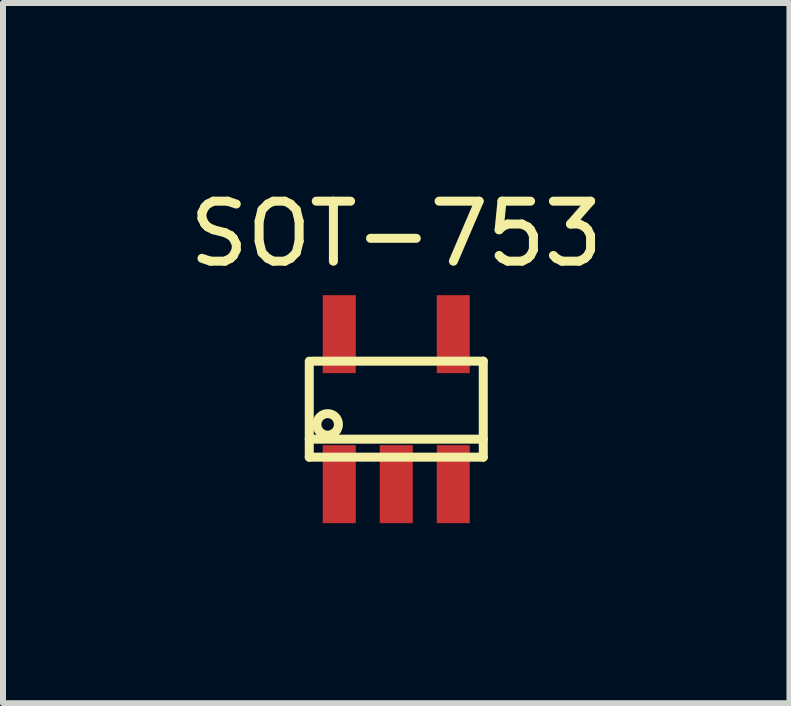
<source format=kicad_pcb>
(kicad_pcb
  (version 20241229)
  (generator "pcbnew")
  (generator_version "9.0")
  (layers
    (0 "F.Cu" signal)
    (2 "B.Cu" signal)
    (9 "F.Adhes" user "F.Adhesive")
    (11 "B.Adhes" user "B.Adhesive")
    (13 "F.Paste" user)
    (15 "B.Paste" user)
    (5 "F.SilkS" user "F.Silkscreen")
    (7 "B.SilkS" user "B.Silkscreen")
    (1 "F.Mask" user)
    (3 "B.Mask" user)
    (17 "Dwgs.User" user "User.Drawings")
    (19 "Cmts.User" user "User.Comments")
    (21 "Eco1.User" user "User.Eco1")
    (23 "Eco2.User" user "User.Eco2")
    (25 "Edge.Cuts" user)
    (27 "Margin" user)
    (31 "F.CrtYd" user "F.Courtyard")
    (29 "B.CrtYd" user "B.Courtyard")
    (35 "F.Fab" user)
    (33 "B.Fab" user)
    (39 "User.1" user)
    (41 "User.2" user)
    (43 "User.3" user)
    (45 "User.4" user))
  (footprint "SOT-753"
    (layer "F.Cu")
    (at 3.554 3.769)
    (property "Reference" "SOT-753" (at 0 -2.921 0) (layer "F.SilkS") (effects (font (size 1 1) (thickness 0.15))))
    (attr through_hole)
    (fp_line (start -1.45 0.5) (end 1.45 0.5) (stroke (width 0.15) (type solid)) (layer "F.SilkS"))
    (fp_line (start -1.45 0.8) (end -1.45 -0.8) (stroke (width 0.15) (type solid)) (layer "F.SilkS"))
    (fp_line (start -1.45 0.8) (end 1.45 0.8) (stroke (width 0.15) (type solid)) (layer "F.SilkS"))
    (fp_line (start 1.45 -0.8) (end -1.4 -0.8) (stroke (width 0.15) (type solid)) (layer "F.SilkS"))
    (fp_line (start 1.45 0.8) (end 1.45 -0.8) (stroke (width 0.15) (type solid)) (layer "F.SilkS"))
    (fp_circle (center -1.143 0.254) (end -1.016 0.381) (stroke (width 0.15) (type solid)) (fill no) (layer "F.SilkS"))
    (pad "1" smd rect (at -0.95 1.25) (size 0.55 1.3) (layers "F.Cu" "F.Mask" "F.Paste"))
    (pad "2" smd rect (at 0 1.25) (size 0.55 1.3) (layers "F.Cu" "F.Mask" "F.Paste"))
    (pad "3" smd rect (at 0.95 1.25) (size 0.55 1.3) (layers "F.Cu" "F.Mask" "F.Paste"))
    (pad "4" smd rect (at 0.95 -1.25) (size 0.55 1.3) (layers "F.Cu" "F.Mask" "F.Paste"))
    (pad "5" smd rect (at -0.95 -1.25) (size 0.55 1.3) (layers "F.Cu" "F.Mask" "F.Paste")))
  (gr_rect
    (start -3 -3)
    (end 10.107 8.669)
    (stroke (width 0.1) (type default))
    (fill no)
    (layer "Edge.Cuts")))
</source>
